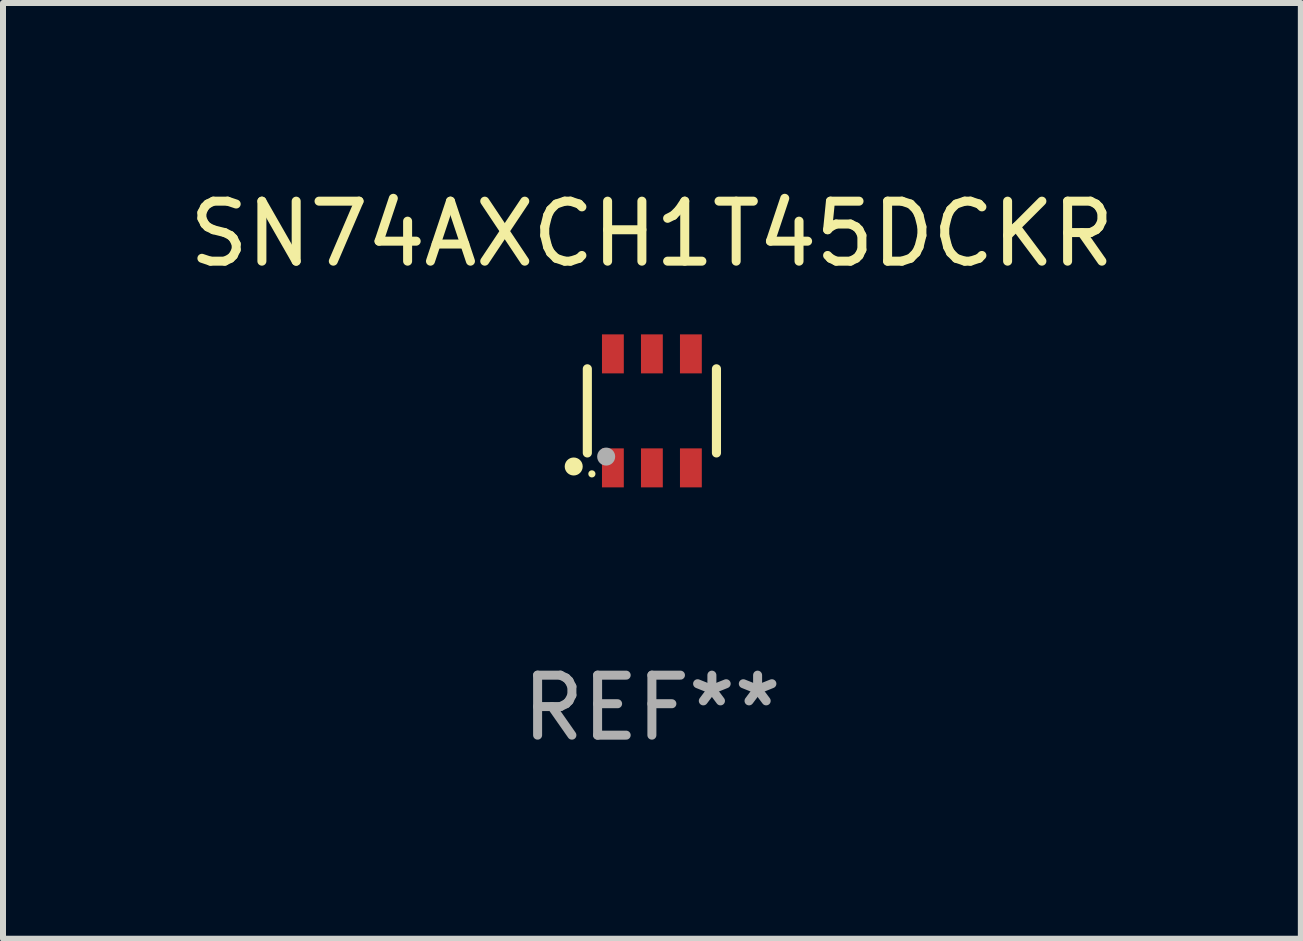
<source format=kicad_pcb>
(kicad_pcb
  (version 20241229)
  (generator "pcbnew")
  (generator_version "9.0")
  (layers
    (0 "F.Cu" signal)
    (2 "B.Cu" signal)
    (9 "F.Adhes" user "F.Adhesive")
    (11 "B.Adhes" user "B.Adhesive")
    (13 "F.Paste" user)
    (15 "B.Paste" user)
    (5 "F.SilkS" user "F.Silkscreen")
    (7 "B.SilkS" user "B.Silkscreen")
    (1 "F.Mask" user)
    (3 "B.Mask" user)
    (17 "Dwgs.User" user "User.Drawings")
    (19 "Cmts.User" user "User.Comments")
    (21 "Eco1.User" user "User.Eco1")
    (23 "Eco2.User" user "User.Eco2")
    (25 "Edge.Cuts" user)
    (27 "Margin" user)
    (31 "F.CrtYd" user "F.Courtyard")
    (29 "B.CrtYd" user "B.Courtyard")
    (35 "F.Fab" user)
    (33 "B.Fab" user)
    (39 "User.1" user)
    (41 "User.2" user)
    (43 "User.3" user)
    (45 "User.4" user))
  (footprint "SN74AXCH1T45DCKR"
    (layer "F.Cu")
    (at 7.815 3.798)
    (property "Reference" "SN74AXCH1T45DCKR" (at 0 -2.95 0) (layer "F.SilkS") (effects (font (size 1 1) (thickness 0.15))))
    (attr through_hole)
    (fp_line (start -1.076 0.701) (end -1.076 -0.701) (stroke (width 0.152) (type solid)) (layer "F.SilkS"))
    (fp_line (start 1.076 0.701) (end 1.076 -0.701) (stroke (width 0.152) (type solid)) (layer "F.SilkS"))
    (fp_circle (center -1.303 0.927) (end -1.228 0.927) (stroke (width 0.15) (type solid)) (fill no) (layer "F.SilkS"))
    (fp_circle (center -1 1.05) (end -0.97 1.05) (stroke (width 0.06) (type solid)) (fill no) (layer "F.SilkS"))
    (fp_circle (center -0.762 0.762) (end -0.687 0.762) (stroke (width 0.15) (type solid)) (fill no) (layer "F.Fab"))
    (fp_text user "REF**" (at 0 4.95 0) (layer "F.Fab") (effects (font (size 1 1) (thickness 0.15))))
    (pad "1" smd rect (at -0.65 0.95) (size 0.364 0.65) (layers "F.Cu" "F.Mask" "F.Paste"))
    (pad "2" smd rect (at 0 0.95) (size 0.364 0.65) (layers "F.Cu" "F.Mask" "F.Paste"))
    (pad "3" smd rect (at 0.65 0.95) (size 0.364 0.65) (layers "F.Cu" "F.Mask" "F.Paste"))
    (pad "4" smd rect (at 0.65 -0.95) (size 0.364 0.65) (layers "F.Cu" "F.Mask" "F.Paste"))
    (pad "5" smd rect (at 0 -0.95) (size 0.364 0.65) (layers "F.Cu" "F.Mask" "F.Paste"))
    (pad "6" smd rect (at -0.65 -0.95) (size 0.364 0.65) (layers "F.Cu" "F.Mask" "F.Paste")))
  (gr_rect
    (start -3 -3)
    (end 18.631 12.596)
    (stroke (width 0.1) (type default))
    (fill no)
    (layer "Edge.Cuts")))
</source>
